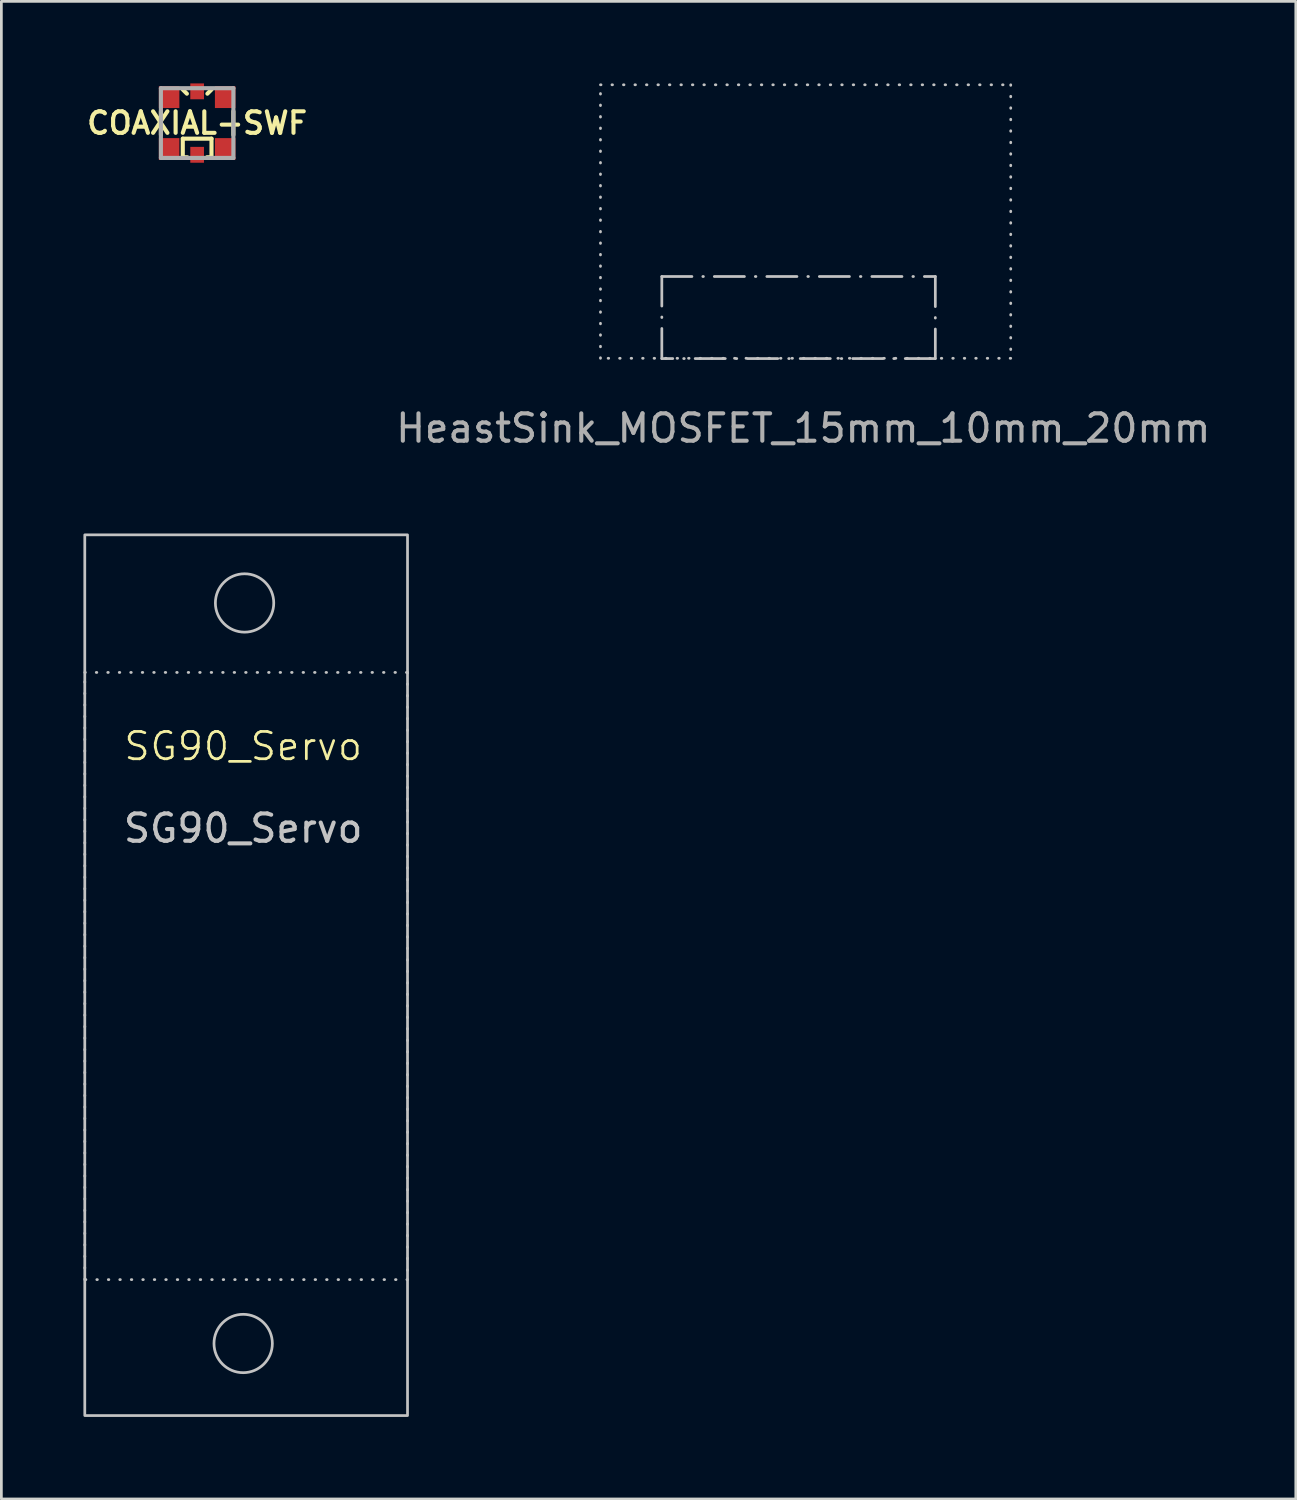
<source format=kicad_pcb>
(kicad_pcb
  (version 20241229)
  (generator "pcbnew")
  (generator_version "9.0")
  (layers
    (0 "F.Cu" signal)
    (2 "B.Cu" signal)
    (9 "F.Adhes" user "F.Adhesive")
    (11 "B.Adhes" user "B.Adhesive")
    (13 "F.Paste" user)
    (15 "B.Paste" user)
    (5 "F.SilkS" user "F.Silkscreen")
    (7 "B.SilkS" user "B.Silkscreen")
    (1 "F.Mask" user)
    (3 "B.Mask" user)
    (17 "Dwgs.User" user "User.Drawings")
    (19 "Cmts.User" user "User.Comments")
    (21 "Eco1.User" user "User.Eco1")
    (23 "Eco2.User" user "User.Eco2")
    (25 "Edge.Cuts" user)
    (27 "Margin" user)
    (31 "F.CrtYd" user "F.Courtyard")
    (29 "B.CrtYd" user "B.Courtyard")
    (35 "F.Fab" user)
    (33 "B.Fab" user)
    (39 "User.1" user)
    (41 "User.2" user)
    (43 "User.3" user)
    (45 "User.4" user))
  (footprint "SG90_Servo"
    (layer "F.Cu")
    (at 5.841 24.736)
    (property "Reference" "SG90_Servo" (at 0 -0.5 0) (unlocked yes) (layer "F.SilkS") (effects (font (size 1 1) (thickness 0.1))))
    (fp_rect (start -5.791 -8.23) (end 6.009 23.97) (stroke (width 0.1) (type default)) (fill no) (layer "Dwgs.User"))
    (fp_rect (start -5.791 -3.2) (end 6.009 19) (stroke (width 0.1) (type dot)) (fill no) (layer "Dwgs.User"))
    (fp_circle (center 0 21.336) (end 1.067 21.336) (stroke (width 0.1) (type default)) (fill no) (layer "Dwgs.User"))
    (fp_circle (center 0.051 -5.74) (end 1.118 -5.74) (stroke (width 0.1) (type default)) (fill no) (layer "Dwgs.User"))
    (fp_text user "${REFERENCE}" (at 0 2.5 0) (unlocked yes) (layer "Dwgs.User") (effects (font (size 1 1) (thickness 0.15)))))
  (footprint "HeastSink_MOSFET_15mm_10mm_20mm"
    (layer "F.Cu")
    (at 26.322 10.108)
    (property "Reference" "HeastSink_MOSFET_15mm_10mm_20mm" (at 0 -0.5 0) (unlocked yes) (layer "User.1") (effects (font (size 1 1) (thickness 0.1))))
    (fp_rect (start -7.417 -10.058) (end 7.583 -0.058) (stroke (width 0.1) (type dot)) (fill no) (layer "Dwgs.User"))
    (fp_rect (start -5.174 -3.048) (end 4.826 -0.048) (stroke (width 0.1) (type dash_dot)) (fill no) (layer "Dwgs.User"))
    (fp_text user "${REFERENCE}" (at 0 2.5 0) (unlocked yes) (layer "F.Fab") (effects (font (size 1 1) (thickness 0.15)))))
  (footprint "COAXIAL-SWF"
    (layer "F.Cu")
    (at 4.158 1.45)
    (property "Reference" "COAXIAL-SWF" (at 0 0 0) (layer "F.SilkS") (effects (font (size 0.787 0.787) (thickness 0.15))))
    (attr smd)
    (fp_line (start -1.325 0.43) (end -1.325 -0.43) (stroke (width 0.15) (type solid)) (layer "F.SilkS"))
    (fp_line (start -0.525 -1.225) (end -0.375 -1.075) (stroke (width 0.15) (type solid)) (layer "F.SilkS"))
    (fp_line (start -0.525 1.25) (end -0.525 0.57) (stroke (width 0.15) (type solid)) (layer "F.SilkS"))
    (fp_line (start -0.525 1.25) (end -0.36 1.25) (stroke (width 0.15) (type solid)) (layer "F.SilkS"))
    (fp_line (start -0.52 0.57) (end 0.525 0.57) (stroke (width 0.15) (type solid)) (layer "F.SilkS"))
    (fp_line (start 0.36 1.25) (end 0.525 1.25) (stroke (width 0.15) (type solid)) (layer "F.SilkS"))
    (fp_line (start 0.375 -1.075) (end 0.525 -1.225) (stroke (width 0.15) (type solid)) (layer "F.SilkS"))
    (fp_line (start 0.525 1.25) (end 0.525 0.57) (stroke (width 0.15) (type solid)) (layer "F.SilkS"))
    (fp_line (start 1.325 0.43) (end 1.325 -0.43) (stroke (width 0.15) (type solid)) (layer "F.SilkS"))
    (fp_line (start -1.325 -1.275) (end 1.325 -1.275) (stroke (width 0.15) (type solid)) (layer "F.Fab"))
    (fp_line (start -1.325 1.275) (end -1.325 -1.275) (stroke (width 0.15) (type solid)) (layer "F.Fab"))
    (fp_line (start 1.325 -1.275) (end 1.325 1.275) (stroke (width 0.15) (type solid)) (layer "F.Fab"))
    (fp_line (start 1.325 1.275) (end -1.325 1.275) (stroke (width 0.15) (type solid)) (layer "F.Fab"))
    (pad "1" smd rect (at 0 -1.16) (size 0.5 0.58) (layers "F.Cu" "F.Mask" "F.Paste"))
    (pad "2" smd rect (at 0 1.16) (size 0.5 0.58) (layers "F.Cu" "F.Mask" "F.Paste"))
    (pad "3" smd rect (at -1.025 -0.95) (size 0.75 0.8) (layers "F.Cu" "F.Mask" "F.Paste"))
    (pad "4" smd rect (at 1.025 -0.95) (size 0.75 0.8) (layers "F.Cu" "F.Mask" "F.Paste"))
    (pad "5" smd rect (at -1.025 0.95) (size 0.75 0.8) (layers "F.Cu" "F.Mask" "F.Paste"))
    (pad "6" smd rect (at 1.025 0.95) (size 0.75 0.8) (layers "F.Cu" "F.Mask" "F.Paste")))
  (gr_rect
    (start -3 -3)
    (end 44.328 51.757)
    (stroke (width 0.1) (type default))
    (fill no)
    (layer "Edge.Cuts")))
</source>
